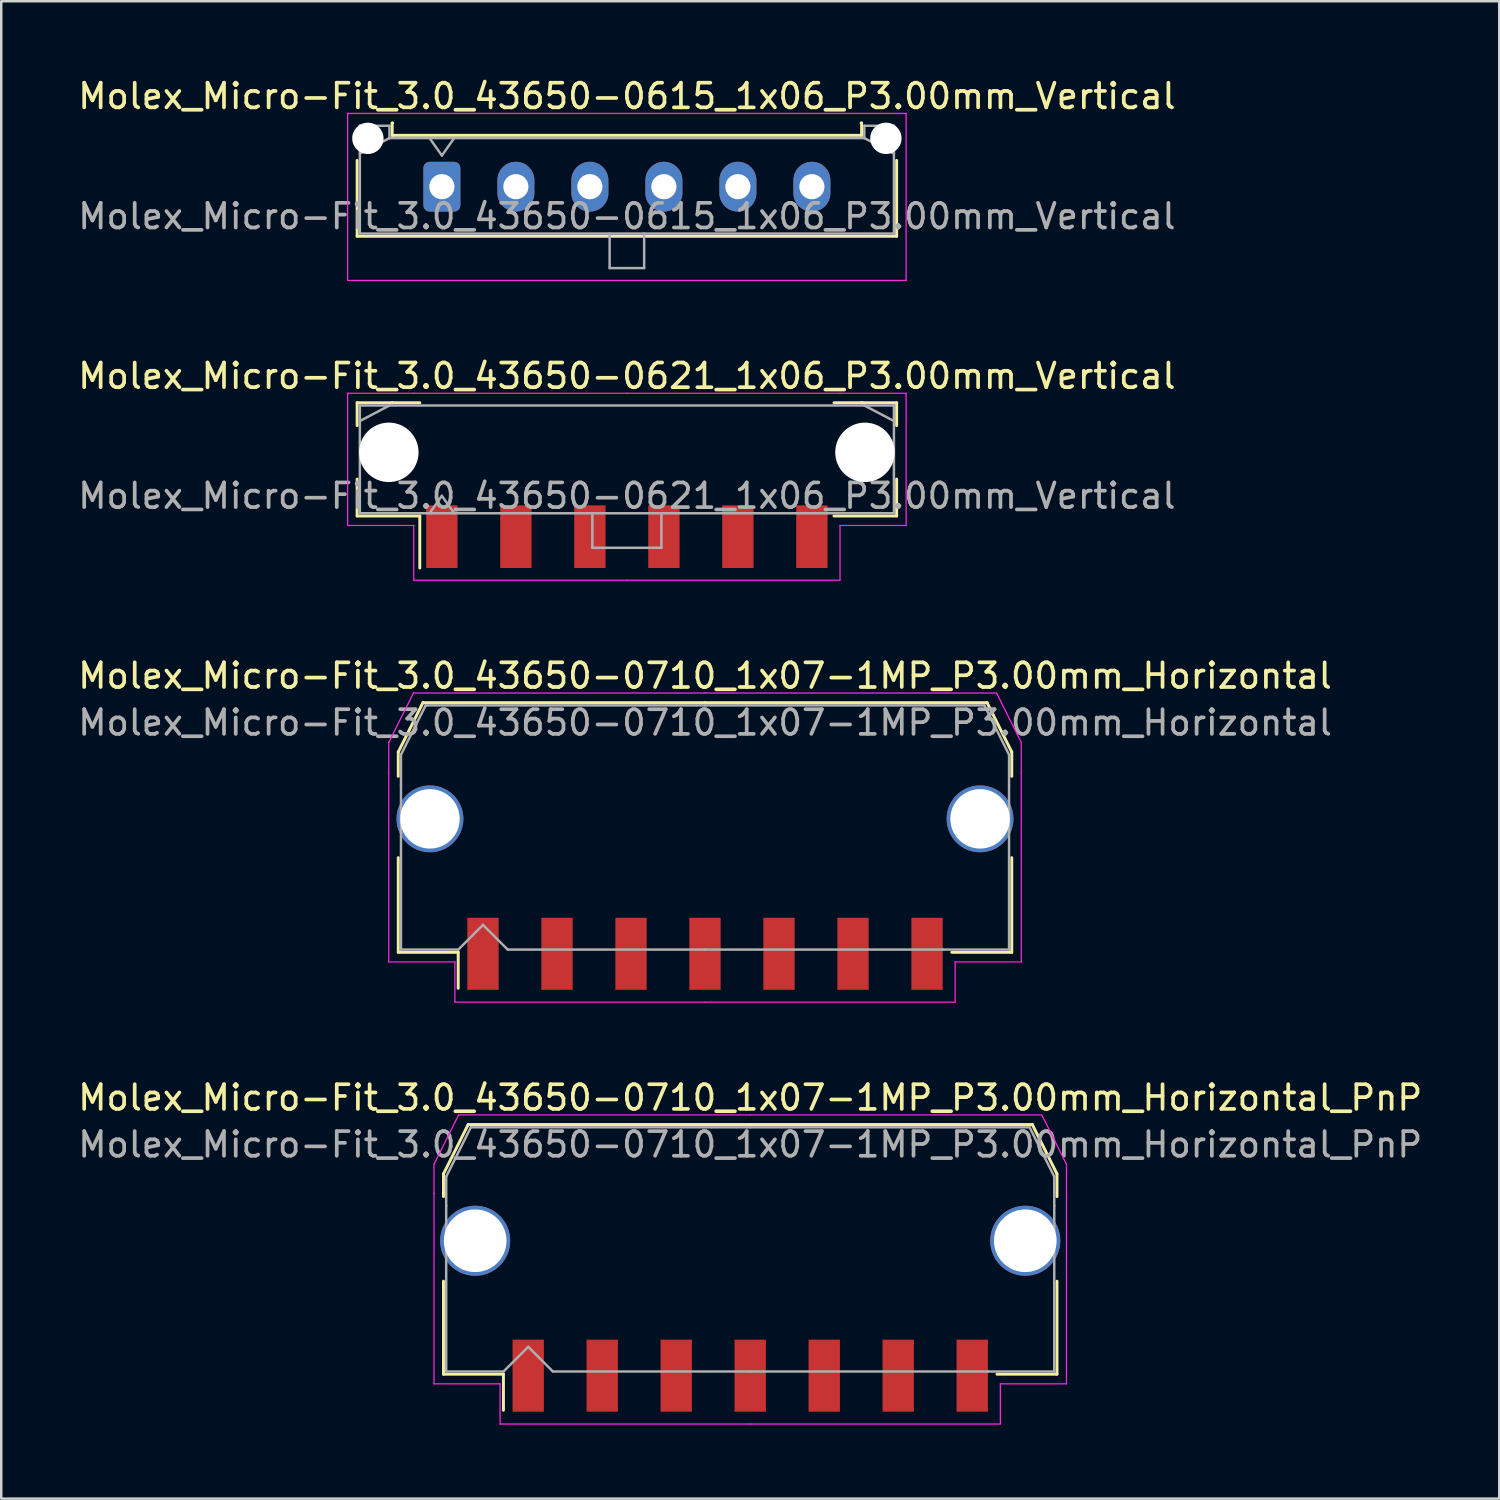
<source format=kicad_pcb>
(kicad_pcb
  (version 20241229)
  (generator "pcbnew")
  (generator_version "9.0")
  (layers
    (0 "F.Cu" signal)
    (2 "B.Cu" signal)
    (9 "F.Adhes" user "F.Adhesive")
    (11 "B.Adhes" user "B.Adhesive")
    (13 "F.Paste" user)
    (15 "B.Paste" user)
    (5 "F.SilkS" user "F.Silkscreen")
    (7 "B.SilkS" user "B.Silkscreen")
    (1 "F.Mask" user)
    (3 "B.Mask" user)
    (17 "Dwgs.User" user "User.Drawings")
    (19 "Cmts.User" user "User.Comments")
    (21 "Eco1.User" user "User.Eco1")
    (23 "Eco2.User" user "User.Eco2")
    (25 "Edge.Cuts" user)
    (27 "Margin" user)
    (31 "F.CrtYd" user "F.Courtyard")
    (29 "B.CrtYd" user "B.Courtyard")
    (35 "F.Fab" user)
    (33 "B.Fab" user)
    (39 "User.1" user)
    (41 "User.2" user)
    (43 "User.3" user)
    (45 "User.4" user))
  (footprint "Molex_Micro-Fit_3.0_43650-0710_1x07-1MP_P3.00mm_Horizontal_PnP"
    (layer "F.Cu")
    (at 27.363 47.598)
    (property "Reference" "Molex_Micro-Fit_3.0_43650-0710_1x07-1MP_P3.00mm_Horizontal_PnP" (at 0 -6.15 0) (layer "F.SilkS") (effects (font (size 1 1) (thickness 0.15))))
    (attr smd)
    (fp_line (start -12.435 -3.06) (end -12.435 -2.14) (stroke (width 0.12) (type solid)) (layer "F.SilkS"))
    (fp_line (start -12.435 1.29) (end -12.435 5.06) (stroke (width 0.12) (type solid)) (layer "F.SilkS"))
    (fp_line (start -12.435 5.06) (end -10.005 5.06) (stroke (width 0.12) (type solid)) (layer "F.SilkS"))
    (fp_line (start -11.435 -5.06) (end -12.435 -3.06) (stroke (width 0.12) (type solid)) (layer "F.SilkS"))
    (fp_line (start -10.005 5.06) (end -10.005 6.52) (stroke (width 0.12) (type solid)) (layer "F.SilkS"))
    (fp_line (start 0 -5.06) (end -11.435 -5.06) (stroke (width 0.12) (type solid)) (layer "F.SilkS"))
    (fp_line (start 0 -5.06) (end 11.435 -5.06) (stroke (width 0.12) (type solid)) (layer "F.SilkS"))
    (fp_line (start 11.435 -5.06) (end 12.435 -3.06) (stroke (width 0.12) (type solid)) (layer "F.SilkS"))
    (fp_line (start 12.435 -3.06) (end 12.435 -2.14) (stroke (width 0.12) (type solid)) (layer "F.SilkS"))
    (fp_line (start 12.435 1.29) (end 12.435 5.06) (stroke (width 0.12) (type solid)) (layer "F.SilkS"))
    (fp_line (start 12.435 5.06) (end 10.005 5.06) (stroke (width 0.12) (type solid)) (layer "F.SilkS"))
    (fp_line (start -12.82 -3.45) (end -12.82 -2.27) (stroke (width 0.05) (type solid)) (layer "F.CrtYd"))
    (fp_line (start -12.82 -2.27) (end -12.82 5.45) (stroke (width 0.05) (type solid)) (layer "F.CrtYd"))
    (fp_line (start -12.82 5.45) (end -10.14 5.45) (stroke (width 0.05) (type solid)) (layer "F.CrtYd"))
    (fp_line (start -11.82 -5.45) (end -12.82 -3.45) (stroke (width 0.05) (type solid)) (layer "F.CrtYd"))
    (fp_line (start -10.14 5.45) (end -10.14 7.08) (stroke (width 0.05) (type solid)) (layer "F.CrtYd"))
    (fp_line (start -10.14 7.08) (end 0 7.08) (stroke (width 0.05) (type solid)) (layer "F.CrtYd"))
    (fp_line (start 0 -5.45) (end -11.82 -5.45) (stroke (width 0.05) (type solid)) (layer "F.CrtYd"))
    (fp_line (start 0 -5.45) (end 11.82 -5.45) (stroke (width 0.05) (type solid)) (layer "F.CrtYd"))
    (fp_line (start 10.14 5.45) (end 10.14 7.08) (stroke (width 0.05) (type solid)) (layer "F.CrtYd"))
    (fp_line (start 10.14 7.08) (end 0 7.08) (stroke (width 0.05) (type solid)) (layer "F.CrtYd"))
    (fp_line (start 11.82 -5.45) (end 12.82 -3.45) (stroke (width 0.05) (type solid)) (layer "F.CrtYd"))
    (fp_line (start 12.82 -3.45) (end 12.82 -2.27) (stroke (width 0.05) (type solid)) (layer "F.CrtYd"))
    (fp_line (start 12.82 -2.27) (end 12.82 5.45) (stroke (width 0.05) (type solid)) (layer "F.CrtYd"))
    (fp_line (start 12.82 5.45) (end 10.14 5.45) (stroke (width 0.05) (type solid)) (layer "F.CrtYd"))
    (fp_line (start -12.325 -2.95) (end -12.325 -1.77) (stroke (width 0.1) (type solid)) (layer "F.Fab"))
    (fp_line (start -12.325 -1.77) (end -12.325 4.95) (stroke (width 0.1) (type solid)) (layer "F.Fab"))
    (fp_line (start -12.325 4.95) (end -10 4.95) (stroke (width 0.1) (type solid)) (layer "F.Fab"))
    (fp_line (start -11.325 -4.95) (end -12.325 -2.95) (stroke (width 0.1) (type solid)) (layer "F.Fab"))
    (fp_line (start -10 4.95) (end -9 3.95) (stroke (width 0.1) (type solid)) (layer "F.Fab"))
    (fp_line (start -9 3.95) (end -8 4.95) (stroke (width 0.1) (type solid)) (layer "F.Fab"))
    (fp_line (start -8 4.95) (end 0 4.95) (stroke (width 0.1) (type solid)) (layer "F.Fab"))
    (fp_line (start 0 -4.95) (end -11.325 -4.95) (stroke (width 0.1) (type solid)) (layer "F.Fab"))
    (fp_line (start 0 -4.95) (end 11.325 -4.95) (stroke (width 0.1) (type solid)) (layer "F.Fab"))
    (fp_line (start 9.635 4.95) (end 0 4.95) (stroke (width 0.1) (type solid)) (layer "F.Fab"))
    (fp_line (start 11.325 -4.95) (end 12.325 -2.95) (stroke (width 0.1) (type solid)) (layer "F.Fab"))
    (fp_line (start 12.325 -2.95) (end 12.325 -1.77) (stroke (width 0.1) (type solid)) (layer "F.Fab"))
    (fp_line (start 12.325 -1.77) (end 12.325 4.95) (stroke (width 0.1) (type solid)) (layer "F.Fab"))
    (fp_line (start 12.325 4.95) (end 9.635 4.95) (stroke (width 0.1) (type solid)) (layer "F.Fab"))
    (fp_text user "${REFERENCE}" (at 0 -4.25 0) (layer "F.Fab") (effects (font (size 1 1) (thickness 0.15))))
    (pad "1" smd rect (at -9 5.12) (size 1.27 2.92) (layers "F.Cu" "F.Mask" "F.Paste"))
    (pad "2" smd rect (at -6 5.12) (size 1.27 2.92) (layers "F.Cu" "F.Mask" "F.Paste"))
    (pad "3" smd rect (at -3 5.12) (size 1.27 2.92) (layers "F.Cu" "F.Mask" "F.Paste"))
    (pad "4" smd rect (at 0 5.12) (size 1.27 2.92) (layers "F.Cu" "F.Mask" "F.Paste"))
    (pad "5" smd rect (at 3 5.12) (size 1.27 2.92) (layers "F.Cu" "F.Mask" "F.Paste"))
    (pad "6" smd rect (at 6 5.12) (size 1.27 2.92) (layers "F.Cu" "F.Mask" "F.Paste"))
    (pad "7" smd rect (at 9 5.12) (size 1.27 2.92) (layers "F.Cu" "F.Mask" "F.Paste"))
    (pad "MP" thru_hole circle (at -11.15 -0.35) (size 2.84 2.84) (drill 2.54) (layers "*.Cu" "*.Mask"))
    (pad "MP" thru_hole circle (at 11.15 -0.35) (size 2.84 2.84) (drill 2.54) (layers "*.Cu" "*.Mask")))
  (footprint "Molex_Micro-Fit_3.0_43650-0710_1x07-1MP_P3.00mm_Horizontal"
    (layer "F.Cu")
    (at 25.53 30.495)
    (property "Reference" "Molex_Micro-Fit_3.0_43650-0710_1x07-1MP_P3.00mm_Horizontal" (at 0 -6.15 0) (layer "F.SilkS") (effects (font (size 1 1) (thickness 0.15))))
    (attr smd)
    (fp_line (start -12.435 -3.06) (end -12.435 -2.075) (stroke (width 0.12) (type solid)) (layer "F.SilkS"))
    (fp_line (start -12.435 1.225) (end -12.435 5.06) (stroke (width 0.12) (type solid)) (layer "F.SilkS"))
    (fp_line (start -12.435 5.06) (end -10.005 5.06) (stroke (width 0.12) (type solid)) (layer "F.SilkS"))
    (fp_line (start -11.435 -5.06) (end -12.435 -3.06) (stroke (width 0.12) (type solid)) (layer "F.SilkS"))
    (fp_line (start -10.005 5.06) (end -10.005 6.52) (stroke (width 0.12) (type solid)) (layer "F.SilkS"))
    (fp_line (start 0 -5.06) (end -11.435 -5.06) (stroke (width 0.12) (type solid)) (layer "F.SilkS"))
    (fp_line (start 0 -5.06) (end 11.435 -5.06) (stroke (width 0.12) (type solid)) (layer "F.SilkS"))
    (fp_line (start 11.435 -5.06) (end 12.435 -3.06) (stroke (width 0.12) (type solid)) (layer "F.SilkS"))
    (fp_line (start 12.435 -3.06) (end 12.435 -2.075) (stroke (width 0.12) (type solid)) (layer "F.SilkS"))
    (fp_line (start 12.435 1.225) (end 12.435 5.06) (stroke (width 0.12) (type solid)) (layer "F.SilkS"))
    (fp_line (start 12.435 5.06) (end 10.005 5.06) (stroke (width 0.12) (type solid)) (layer "F.SilkS"))
    (fp_line (start -12.82 -3.45) (end -12.82 -2.2) (stroke (width 0.05) (type solid)) (layer "F.CrtYd"))
    (fp_line (start -12.82 -2.2) (end -12.82 5.45) (stroke (width 0.05) (type solid)) (layer "F.CrtYd"))
    (fp_line (start -12.82 5.45) (end -10.14 5.45) (stroke (width 0.05) (type solid)) (layer "F.CrtYd"))
    (fp_line (start -11.82 -5.45) (end -12.82 -3.45) (stroke (width 0.05) (type solid)) (layer "F.CrtYd"))
    (fp_line (start -10.14 5.45) (end -10.14 7.08) (stroke (width 0.05) (type solid)) (layer "F.CrtYd"))
    (fp_line (start -10.14 7.08) (end 0 7.08) (stroke (width 0.05) (type solid)) (layer "F.CrtYd"))
    (fp_line (start 0 -5.45) (end -11.82 -5.45) (stroke (width 0.05) (type solid)) (layer "F.CrtYd"))
    (fp_line (start 0 -5.45) (end 11.82 -5.45) (stroke (width 0.05) (type solid)) (layer "F.CrtYd"))
    (fp_line (start 10.14 5.45) (end 10.14 7.08) (stroke (width 0.05) (type solid)) (layer "F.CrtYd"))
    (fp_line (start 10.14 7.08) (end 0 7.08) (stroke (width 0.05) (type solid)) (layer "F.CrtYd"))
    (fp_line (start 11.82 -5.45) (end 12.82 -3.45) (stroke (width 0.05) (type solid)) (layer "F.CrtYd"))
    (fp_line (start 12.82 -3.45) (end 12.82 -2.2) (stroke (width 0.05) (type solid)) (layer "F.CrtYd"))
    (fp_line (start 12.82 -2.2) (end 12.82 5.45) (stroke (width 0.05) (type solid)) (layer "F.CrtYd"))
    (fp_line (start 12.82 5.45) (end 10.14 5.45) (stroke (width 0.05) (type solid)) (layer "F.CrtYd"))
    (fp_line (start -12.325 -2.95) (end -12.325 -1.705) (stroke (width 0.1) (type solid)) (layer "F.Fab"))
    (fp_line (start -12.325 -1.705) (end -12.325 4.95) (stroke (width 0.1) (type solid)) (layer "F.Fab"))
    (fp_line (start -12.325 4.95) (end -10 4.95) (stroke (width 0.1) (type solid)) (layer "F.Fab"))
    (fp_line (start -11.325 -4.95) (end -12.325 -2.95) (stroke (width 0.1) (type solid)) (layer "F.Fab"))
    (fp_line (start -10 4.95) (end -9 3.95) (stroke (width 0.1) (type solid)) (layer "F.Fab"))
    (fp_line (start -9 3.95) (end -8 4.95) (stroke (width 0.1) (type solid)) (layer "F.Fab"))
    (fp_line (start -8 4.95) (end 0 4.95) (stroke (width 0.1) (type solid)) (layer "F.Fab"))
    (fp_line (start 0 -4.95) (end -11.325 -4.95) (stroke (width 0.1) (type solid)) (layer "F.Fab"))
    (fp_line (start 0 -4.95) (end 11.325 -4.95) (stroke (width 0.1) (type solid)) (layer "F.Fab"))
    (fp_line (start 9.635 4.95) (end 0 4.95) (stroke (width 0.1) (type solid)) (layer "F.Fab"))
    (fp_line (start 11.325 -4.95) (end 12.325 -2.95) (stroke (width 0.1) (type solid)) (layer "F.Fab"))
    (fp_line (start 12.325 -2.95) (end 12.325 -1.705) (stroke (width 0.1) (type solid)) (layer "F.Fab"))
    (fp_line (start 12.325 -1.705) (end 12.325 4.95) (stroke (width 0.1) (type solid)) (layer "F.Fab"))
    (fp_line (start 12.325 4.95) (end 9.635 4.95) (stroke (width 0.1) (type solid)) (layer "F.Fab"))
    (fp_text user "${REFERENCE}" (at 0 -4.25 0) (layer "F.Fab") (effects (font (size 1 1) (thickness 0.15))))
    (pad "1" smd rect (at -9 5.12) (size 1.27 2.92) (layers "F.Cu" "F.Mask" "F.Paste"))
    (pad "2" smd rect (at -6 5.12) (size 1.27 2.92) (layers "F.Cu" "F.Mask" "F.Paste"))
    (pad "3" smd rect (at -3 5.12) (size 1.27 2.92) (layers "F.Cu" "F.Mask" "F.Paste"))
    (pad "4" smd rect (at 0 5.12) (size 1.27 2.92) (layers "F.Cu" "F.Mask" "F.Paste"))
    (pad "5" smd rect (at 3 5.12) (size 1.27 2.92) (layers "F.Cu" "F.Mask" "F.Paste"))
    (pad "6" smd rect (at 6 5.12) (size 1.27 2.92) (layers "F.Cu" "F.Mask" "F.Paste"))
    (pad "7" smd rect (at 9 5.12) (size 1.27 2.92) (layers "F.Cu" "F.Mask" "F.Paste"))
    (pad "MP" thru_hole circle (at -11.15 -0.35) (size 2.71 2.71) (drill 2.41) (layers "*.Cu" "*.Mask"))
    (pad "MP" thru_hole circle (at 11.15 -0.35) (size 2.71 2.71) (drill 2.41) (layers "*.Cu" "*.Mask")))
  (footprint "Molex_Micro-Fit_3.0_43650-0615_1x06_P3.00mm_Vertical"
    (layer "F.Cu")
    (at 14.863 4.518)
    (property "Reference" "Molex_Micro-Fit_3.0_43650-0615_1x06_P3.00mm_Vertical" (at 7.5 -3.67 0) (layer "F.SilkS") (effects (font (size 1 1) (thickness 0.15))))
    (attr through_hole)
    (fp_line (start -3.435 -1.065) (end -3.435 2.01) (stroke (width 0.12) (type solid)) (layer "F.SilkS"))
    (fp_line (start -3.435 2.01) (end 18.435 2.01) (stroke (width 0.12) (type solid)) (layer "F.SilkS"))
    (fp_line (start -2.015 -2.58) (end -2.015 -2.08) (stroke (width 0.12) (type solid)) (layer "F.SilkS"))
    (fp_line (start -2.015 -2.08) (end 17.015 -2.08) (stroke (width 0.12) (type solid)) (layer "F.SilkS"))
    (fp_line (start -1.995 -2.58) (end -2.015 -2.58) (stroke (width 0.12) (type solid)) (layer "F.SilkS"))
    (fp_line (start 17.015 -2.58) (end 16.995 -2.58) (stroke (width 0.12) (type solid)) (layer "F.SilkS"))
    (fp_line (start 17.015 -2.08) (end 17.015 -2.58) (stroke (width 0.12) (type solid)) (layer "F.SilkS"))
    (fp_line (start 18.435 2.01) (end 18.435 -1.065) (stroke (width 0.12) (type solid)) (layer "F.SilkS"))
    (fp_line (start -3.82 -2.97) (end 18.82 -2.97) (stroke (width 0.05) (type solid)) (layer "F.CrtYd"))
    (fp_line (start -3.82 3.8) (end -3.82 -2.97) (stroke (width 0.05) (type solid)) (layer "F.CrtYd"))
    (fp_line (start 18.82 -2.97) (end 18.82 3.8) (stroke (width 0.05) (type solid)) (layer "F.CrtYd"))
    (fp_line (start 18.82 3.8) (end -3.82 3.8) (stroke (width 0.05) (type solid)) (layer "F.CrtYd"))
    (fp_line (start -3.325 -2.47) (end -3.325 1.9) (stroke (width 0.1) (type solid)) (layer "F.Fab"))
    (fp_line (start -3.325 -1.34) (end -2.125 -1.97) (stroke (width 0.1) (type solid)) (layer "F.Fab"))
    (fp_line (start -3.325 1.9) (end 18.325 1.9) (stroke (width 0.1) (type solid)) (layer "F.Fab"))
    (fp_line (start -2.125 -2.47) (end -3.325 -2.47) (stroke (width 0.1) (type solid)) (layer "F.Fab"))
    (fp_line (start -2.125 -1.97) (end -2.125 -2.47) (stroke (width 0.1) (type solid)) (layer "F.Fab"))
    (fp_line (start -0.5 -1.97) (end 0 -1.263) (stroke (width 0.1) (type solid)) (layer "F.Fab"))
    (fp_line (start 0 -1.263) (end 0.5 -1.97) (stroke (width 0.1) (type solid)) (layer "F.Fab"))
    (fp_line (start 6.8 1.9) (end 6.8 3.3) (stroke (width 0.1) (type solid)) (layer "F.Fab"))
    (fp_line (start 6.8 3.3) (end 8.2 3.3) (stroke (width 0.1) (type solid)) (layer "F.Fab"))
    (fp_line (start 8.2 3.3) (end 8.2 1.9) (stroke (width 0.1) (type solid)) (layer "F.Fab"))
    (fp_line (start 17.125 -2.47) (end 17.125 -1.97) (stroke (width 0.1) (type solid)) (layer "F.Fab"))
    (fp_line (start 17.125 -1.97) (end -2.125 -1.97) (stroke (width 0.1) (type solid)) (layer "F.Fab"))
    (fp_line (start 18.325 -2.47) (end 17.125 -2.47) (stroke (width 0.1) (type solid)) (layer "F.Fab"))
    (fp_line (start 18.325 -1.34) (end 17.125 -1.97) (stroke (width 0.1) (type solid)) (layer "F.Fab"))
    (fp_line (start 18.325 1.9) (end 18.325 -2.47) (stroke (width 0.1) (type solid)) (layer "F.Fab"))
    (fp_text user "${REFERENCE}" (at 7.5 1.2 0) (layer "F.Fab") (effects (font (size 1 1) (thickness 0.15))))
    (pad "" np_thru_hole circle (at -3 -1.96) (size 1.27 1.27) (drill 1.27) (layers "*.Cu" "*.Mask"))
    (pad "" np_thru_hole circle (at 18 -1.96) (size 1.27 1.27) (drill 1.27) (layers "*.Cu" "*.Mask"))
    (pad "1" thru_hole roundrect (at 0 0) (size 1.5 2.02) (drill 1.02) (layers "*.Cu" "*.Mask") (roundrect_rratio 0.167))
    (pad "2" thru_hole oval (at 3 0) (size 1.5 2.02) (drill 1.02) (layers "*.Cu" "*.Mask"))
    (pad "3" thru_hole oval (at 6 0) (size 1.5 2.02) (drill 1.02) (layers "*.Cu" "*.Mask"))
    (pad "4" thru_hole oval (at 9 0) (size 1.5 2.02) (drill 1.02) (layers "*.Cu" "*.Mask"))
    (pad "5" thru_hole oval (at 12 0) (size 1.5 2.02) (drill 1.02) (layers "*.Cu" "*.Mask"))
    (pad "6" thru_hole oval (at 15 0) (size 1.5 2.02) (drill 1.02) (layers "*.Cu" "*.Mask")))
  (footprint "Molex_Micro-Fit_3.0_43650-0621_1x06_P3.00mm_Vertical"
    (layer "F.Cu")
    (at 22.363 15.572)
    (property "Reference" "Molex_Micro-Fit_3.0_43650-0621_1x06_P3.00mm_Vertical" (at 0 -3.38 0) (layer "F.SilkS") (effects (font (size 1 1) (thickness 0.15))))
    (attr smd)
    (fp_line (start -10.935 -2.295) (end -9.515 -2.295) (stroke (width 0.12) (type solid)) (layer "F.SilkS"))
    (fp_line (start -10.935 -1.37) (end -10.935 -2.295) (stroke (width 0.12) (type solid)) (layer "F.SilkS"))
    (fp_line (start -10.935 0.8) (end -10.935 2.295) (stroke (width 0.12) (type solid)) (layer "F.SilkS"))
    (fp_line (start -10.935 2.295) (end -8.395 2.295) (stroke (width 0.12) (type solid)) (layer "F.SilkS"))
    (fp_line (start -9.515 -2.295) (end -9.515 -2.295) (stroke (width 0.12) (type solid)) (layer "F.SilkS"))
    (fp_line (start -9.515 -2.295) (end -8.395 -2.295) (stroke (width 0.12) (type solid)) (layer "F.SilkS"))
    (fp_line (start -8.395 2.295) (end -8.395 4.405) (stroke (width 0.12) (type solid)) (layer "F.SilkS"))
    (fp_line (start 9.515 -2.295) (end 8.395 -2.295) (stroke (width 0.12) (type solid)) (layer "F.SilkS"))
    (fp_line (start 9.515 -2.295) (end 9.515 -2.295) (stroke (width 0.12) (type solid)) (layer "F.SilkS"))
    (fp_line (start 10.935 -2.295) (end 9.515 -2.295) (stroke (width 0.12) (type solid)) (layer "F.SilkS"))
    (fp_line (start 10.935 -1.37) (end 10.935 -2.295) (stroke (width 0.12) (type solid)) (layer "F.SilkS"))
    (fp_line (start 10.935 0.8) (end 10.935 2.295) (stroke (width 0.12) (type solid)) (layer "F.SilkS"))
    (fp_line (start 10.935 2.295) (end 8.395 2.295) (stroke (width 0.12) (type solid)) (layer "F.SilkS"))
    (fp_line (start -11.32 -2.68) (end -11.32 2.68) (stroke (width 0.05) (type solid)) (layer "F.CrtYd"))
    (fp_line (start -11.32 2.68) (end -8.64 2.68) (stroke (width 0.05) (type solid)) (layer "F.CrtYd"))
    (fp_line (start -8.64 -2.68) (end -11.32 -2.68) (stroke (width 0.05) (type solid)) (layer "F.CrtYd"))
    (fp_line (start -8.64 2.68) (end -8.64 4.9) (stroke (width 0.05) (type solid)) (layer "F.CrtYd"))
    (fp_line (start -8.64 4.9) (end 0 4.9) (stroke (width 0.05) (type solid)) (layer "F.CrtYd"))
    (fp_line (start 0 -2.68) (end -8.64 -2.68) (stroke (width 0.05) (type solid)) (layer "F.CrtYd"))
    (fp_line (start 0 -2.68) (end 8.64 -2.68) (stroke (width 0.05) (type solid)) (layer "F.CrtYd"))
    (fp_line (start 8.64 -2.68) (end 11.32 -2.68) (stroke (width 0.05) (type solid)) (layer "F.CrtYd"))
    (fp_line (start 8.64 2.68) (end 8.64 4.9) (stroke (width 0.05) (type solid)) (layer "F.CrtYd"))
    (fp_line (start 8.64 4.9) (end 0 4.9) (stroke (width 0.05) (type solid)) (layer "F.CrtYd"))
    (fp_line (start 11.32 -2.68) (end 11.32 2.68) (stroke (width 0.05) (type solid)) (layer "F.CrtYd"))
    (fp_line (start 11.32 2.68) (end 8.64 2.68) (stroke (width 0.05) (type solid)) (layer "F.CrtYd"))
    (fp_line (start -10.825 -2.185) (end -10.825 2.185) (stroke (width 0.1) (type solid)) (layer "F.Fab"))
    (fp_line (start -10.825 -1.555) (end -9.625 -2.185) (stroke (width 0.1) (type solid)) (layer "F.Fab"))
    (fp_line (start -10.825 2.185) (end 10.825 2.185) (stroke (width 0.1) (type solid)) (layer "F.Fab"))
    (fp_line (start -9.625 -2.185) (end -10.825 -2.185) (stroke (width 0.1) (type solid)) (layer "F.Fab"))
    (fp_line (start -9.625 -2.185) (end -9.625 -2.185) (stroke (width 0.1) (type solid)) (layer "F.Fab"))
    (fp_line (start -8 2.185) (end -7.5 1.478) (stroke (width 0.1) (type solid)) (layer "F.Fab"))
    (fp_line (start -7.5 1.478) (end -7 2.185) (stroke (width 0.1) (type solid)) (layer "F.Fab"))
    (fp_line (start -1.4 2.185) (end -1.4 3.585) (stroke (width 0.1) (type solid)) (layer "F.Fab"))
    (fp_line (start -1.4 3.585) (end 1.4 3.585) (stroke (width 0.1) (type solid)) (layer "F.Fab"))
    (fp_line (start 1.4 3.585) (end 1.4 2.185) (stroke (width 0.1) (type solid)) (layer "F.Fab"))
    (fp_line (start 9.625 -2.185) (end -9.625 -2.185) (stroke (width 0.1) (type solid)) (layer "F.Fab"))
    (fp_line (start 9.625 -2.185) (end 9.625 -2.185) (stroke (width 0.1) (type solid)) (layer "F.Fab"))
    (fp_line (start 10.825 -2.185) (end 9.625 -2.185) (stroke (width 0.1) (type solid)) (layer "F.Fab"))
    (fp_line (start 10.825 -1.555) (end 9.625 -2.185) (stroke (width 0.1) (type solid)) (layer "F.Fab"))
    (fp_line (start 10.825 2.185) (end 10.825 -2.185) (stroke (width 0.1) (type solid)) (layer "F.Fab"))
    (fp_text user "${REFERENCE}" (at 0 1.48 0) (layer "F.Fab") (effects (font (size 1 1) (thickness 0.15))))
    (pad "" np_thru_hole circle (at -9.65 -0.285) (size 2.41 2.41) (drill 2.41) (layers "*.Cu" "*.Mask"))
    (pad "" np_thru_hole circle (at 9.65 -0.285) (size 2.41 2.41) (drill 2.41) (layers "*.Cu" "*.Mask"))
    (pad "1" smd rect (at -7.5 3.135) (size 1.27 2.54) (layers "F.Cu" "F.Mask" "F.Paste"))
    (pad "2" smd rect (at -4.5 3.135) (size 1.27 2.54) (layers "F.Cu" "F.Mask" "F.Paste"))
    (pad "3" smd rect (at -1.5 3.135) (size 1.27 2.54) (layers "F.Cu" "F.Mask" "F.Paste"))
    (pad "4" smd rect (at 1.5 3.135) (size 1.27 2.54) (layers "F.Cu" "F.Mask" "F.Paste"))
    (pad "5" smd rect (at 4.5 3.135) (size 1.27 2.54) (layers "F.Cu" "F.Mask" "F.Paste"))
    (pad "6" smd rect (at 7.5 3.135) (size 1.27 2.54) (layers "F.Cu" "F.Mask" "F.Paste")))
  (gr_rect
    (start -3 -3)
    (end 57.726 57.703)
    (stroke (width 0.1) (type default))
    (fill no)
    (layer "Edge.Cuts")))
</source>
